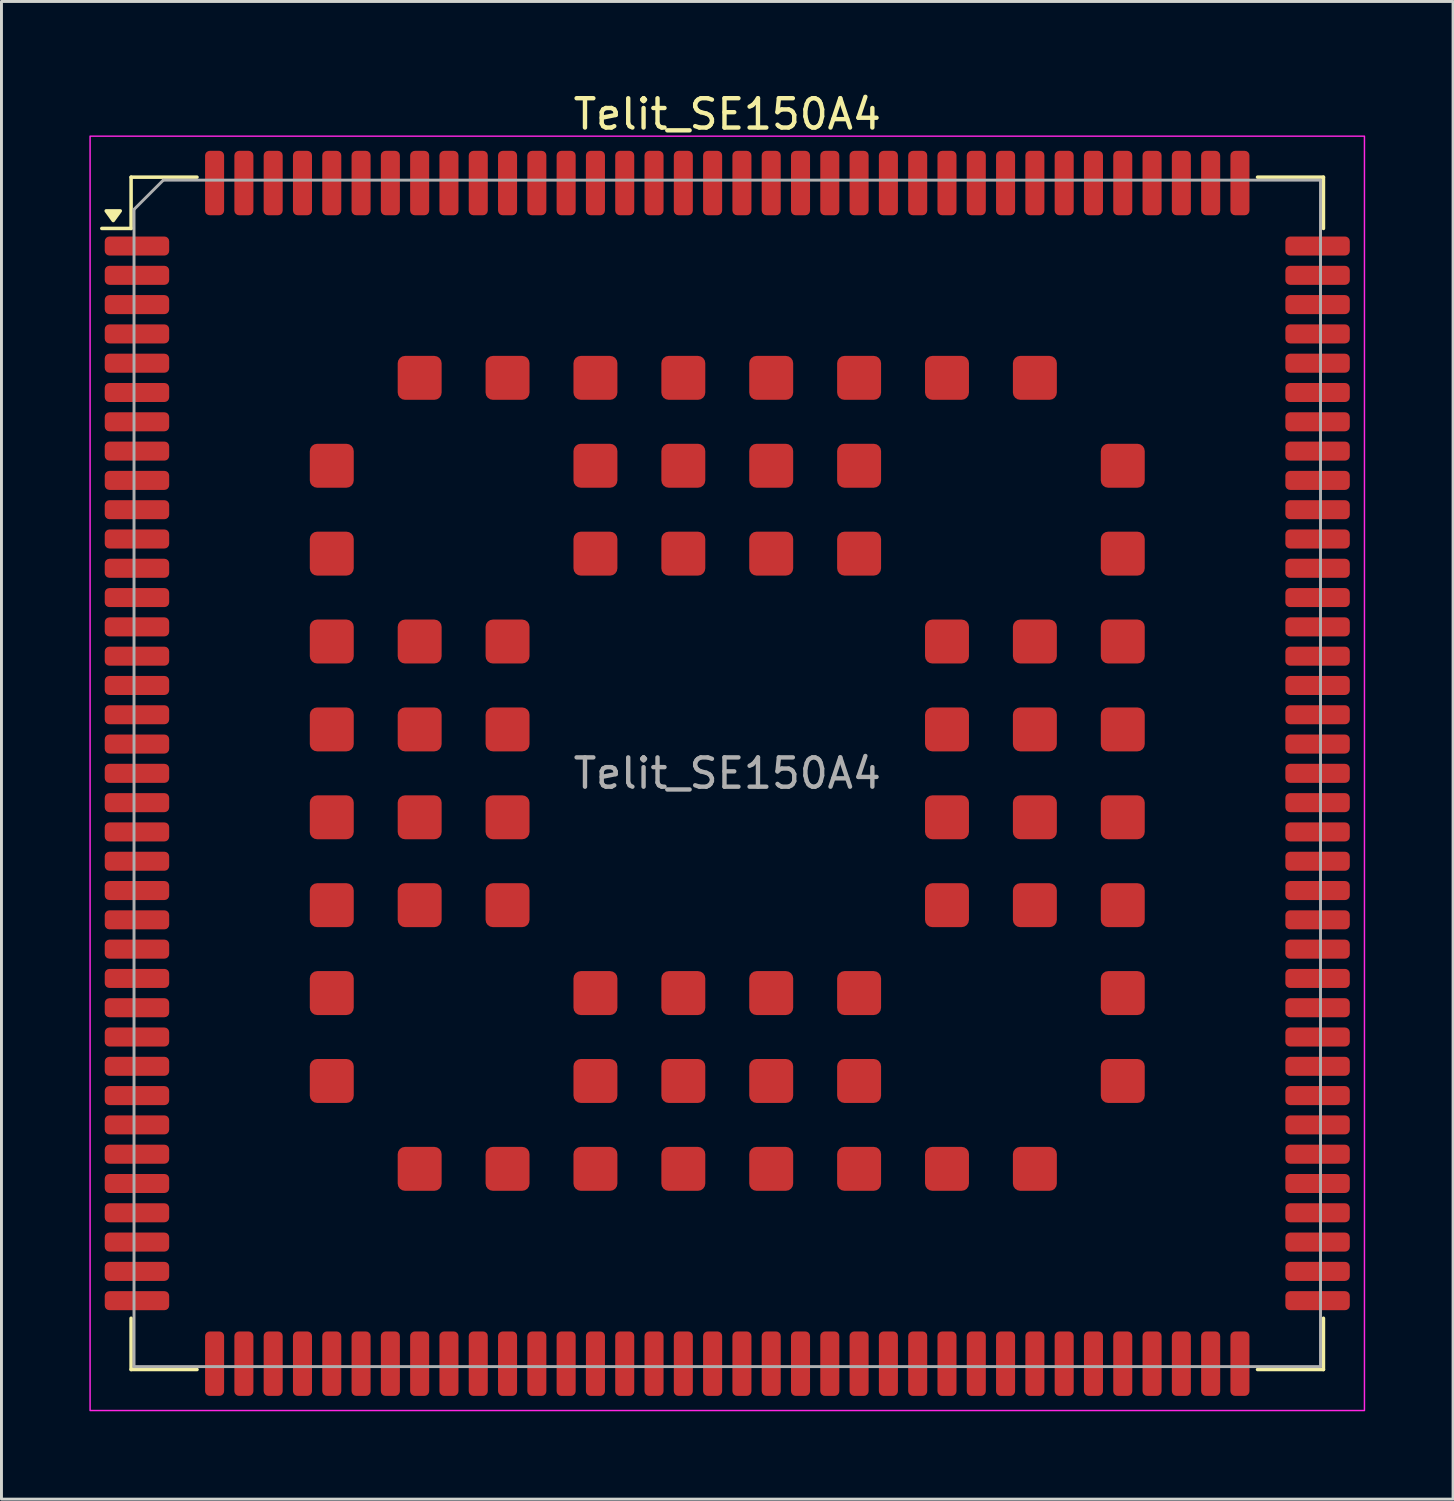
<source format=kicad_pcb>
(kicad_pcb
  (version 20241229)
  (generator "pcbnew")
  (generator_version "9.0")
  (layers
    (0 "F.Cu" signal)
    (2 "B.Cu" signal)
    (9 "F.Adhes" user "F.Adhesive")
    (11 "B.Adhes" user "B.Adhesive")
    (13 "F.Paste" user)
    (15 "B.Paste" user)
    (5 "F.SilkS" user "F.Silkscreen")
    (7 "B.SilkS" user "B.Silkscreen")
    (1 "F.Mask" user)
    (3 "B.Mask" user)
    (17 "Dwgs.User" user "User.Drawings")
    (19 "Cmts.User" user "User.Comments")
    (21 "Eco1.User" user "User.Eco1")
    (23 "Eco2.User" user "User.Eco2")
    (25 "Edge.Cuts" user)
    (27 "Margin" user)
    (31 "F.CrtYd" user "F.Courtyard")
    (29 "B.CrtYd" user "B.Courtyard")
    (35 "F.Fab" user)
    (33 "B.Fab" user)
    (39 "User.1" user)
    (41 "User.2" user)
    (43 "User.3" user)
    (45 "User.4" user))
  (footprint "Telit_SE150A4"
    (layer "F.Cu")
    (at 21.775 23.348)
    (property "Reference" "Telit_SE150A4" (at 0 -22.5 0) (unlocked yes) (layer "F.SilkS") (effects (font (size 1 1) (thickness 0.15))))
    (attr smd)
    (fp_line (start -20.35 -20.35) (end -20.35 -18.6) (stroke (width 0.12) (type default)) (layer "F.SilkS"))
    (fp_line (start -20.35 -18.6) (end -21.35 -18.6) (stroke (width 0.12) (type default)) (layer "F.SilkS"))
    (fp_line (start -20.35 20.35) (end -20.35 18.6) (stroke (width 0.12) (type default)) (layer "F.SilkS"))
    (fp_line (start -20.35 20.35) (end -18.1 20.35) (stroke (width 0.12) (type default)) (layer "F.SilkS"))
    (fp_line (start -18.1 -20.35) (end -20.35 -20.35) (stroke (width 0.12) (type default)) (layer "F.SilkS"))
    (fp_line (start 20.35 -20.35) (end 18.1 -20.35) (stroke (width 0.12) (type default)) (layer "F.SilkS"))
    (fp_line (start 20.35 -20.35) (end 20.35 -18.6) (stroke (width 0.12) (type default)) (layer "F.SilkS"))
    (fp_line (start 20.35 20.35) (end 18.1 20.35) (stroke (width 0.12) (type default)) (layer "F.SilkS"))
    (fp_line (start 20.35 20.35) (end 20.35 18.6) (stroke (width 0.12) (type default)) (layer "F.SilkS"))
    (fp_poly (pts (xy -20.96 -18.87) (xy -21.2 -19.2) (xy -20.72 -19.2) (xy -20.96 -18.87)) (stroke (width 0.12) (type solid)) (fill yes) (layer "F.SilkS"))
    (fp_rect (start -21.75 -21.75) (end 21.75 21.75) (stroke (width 0.05) (type default)) (fill no) (layer "F.CrtYd"))
    (fp_line (start -20.25 20.25) (end -20.25 -19.25) (stroke (width 0.1) (type default)) (layer "F.Fab"))
    (fp_line (start -19.25 -20.25) (end -20.25 -19.25) (stroke (width 0.1) (type default)) (layer "F.Fab"))
    (fp_line (start -19.25 -20.25) (end 20.25 -20.25) (stroke (width 0.1) (type default)) (layer "F.Fab"))
    (fp_line (start 20.25 -20.25) (end 20.25 20.25) (stroke (width 0.1) (type default)) (layer "F.Fab"))
    (fp_line (start 20.25 20.25) (end -20.25 20.25) (stroke (width 0.1) (type default)) (layer "F.Fab"))
    (fp_text user "${REFERENCE}" (at 0 0 0) (unlocked yes) (layer "F.Fab") (effects (font (size 1 1) (thickness 0.15))))
    (pad "" smd roundrect (at -13.85 -10.85 90) (size 0.6 0.6) (layers "F.Paste") (roundrect_rratio 0.25))
    (pad "" smd roundrect (at -13.85 -10.15 90) (size 0.6 0.6) (layers "F.Paste") (roundrect_rratio 0.25))
    (pad "" smd roundrect (at -13.85 -7.85 90) (size 0.6 0.6) (layers "F.Paste") (roundrect_rratio 0.25))
    (pad "" smd roundrect (at -13.85 -7.15 90) (size 0.6 0.6) (layers "F.Paste") (roundrect_rratio 0.25))
    (pad "" smd roundrect (at -13.85 -4.85 90) (size 0.6 0.6) (layers "F.Paste") (roundrect_rratio 0.25))
    (pad "" smd roundrect (at -13.85 -4.15 90) (size 0.6 0.6) (layers "F.Paste") (roundrect_rratio 0.25))
    (pad "" smd roundrect (at -13.85 -1.85 90) (size 0.6 0.6) (layers "F.Paste") (roundrect_rratio 0.25))
    (pad "" smd roundrect (at -13.85 -1.15 90) (size 0.6 0.6) (layers "F.Paste") (roundrect_rratio 0.25))
    (pad "" smd roundrect (at -13.85 1.15 90) (size 0.6 0.6) (layers "F.Paste") (roundrect_rratio 0.25))
    (pad "" smd roundrect (at -13.85 1.85 90) (size 0.6 0.6) (layers "F.Paste") (roundrect_rratio 0.25))
    (pad "" smd roundrect (at -13.85 4.15 90) (size 0.6 0.6) (layers "F.Paste") (roundrect_rratio 0.25))
    (pad "" smd roundrect (at -13.85 4.85 90) (size 0.6 0.6) (layers "F.Paste") (roundrect_rratio 0.25))
    (pad "" smd roundrect (at -13.85 7.15 90) (size 0.6 0.6) (layers "F.Paste") (roundrect_rratio 0.25))
    (pad "" smd roundrect (at -13.85 7.85 90) (size 0.6 0.6) (layers "F.Paste") (roundrect_rratio 0.25))
    (pad "" smd roundrect (at -13.85 10.15 90) (size 0.6 0.6) (layers "F.Paste") (roundrect_rratio 0.25))
    (pad "" smd roundrect (at -13.85 10.85 90) (size 0.6 0.6) (layers "F.Paste") (roundrect_rratio 0.25))
    (pad "" smd roundrect (at -13.15 -10.85 90) (size 0.6 0.6) (layers "F.Paste") (roundrect_rratio 0.25))
    (pad "" smd roundrect (at -13.15 -10.15 90) (size 0.6 0.6) (layers "F.Paste") (roundrect_rratio 0.25))
    (pad "" smd roundrect (at -13.15 -7.85 90) (size 0.6 0.6) (layers "F.Paste") (roundrect_rratio 0.25))
    (pad "" smd roundrect (at -13.15 -7.15 90) (size 0.6 0.6) (layers "F.Paste") (roundrect_rratio 0.25))
    (pad "" smd roundrect (at -13.15 -4.85 90) (size 0.6 0.6) (layers "F.Paste") (roundrect_rratio 0.25))
    (pad "" smd roundrect (at -13.15 -4.15 90) (size 0.6 0.6) (layers "F.Paste") (roundrect_rratio 0.25))
    (pad "" smd roundrect (at -13.15 -1.85 90) (size 0.6 0.6) (layers "F.Paste") (roundrect_rratio 0.25))
    (pad "" smd roundrect (at -13.15 -1.15 90) (size 0.6 0.6) (layers "F.Paste") (roundrect_rratio 0.25))
    (pad "" smd roundrect (at -13.15 1.15 90) (size 0.6 0.6) (layers "F.Paste") (roundrect_rratio 0.25))
    (pad "" smd roundrect (at -13.15 1.85 90) (size 0.6 0.6) (layers "F.Paste") (roundrect_rratio 0.25))
    (pad "" smd roundrect (at -13.15 4.15 90) (size 0.6 0.6) (layers "F.Paste") (roundrect_rratio 0.25))
    (pad "" smd roundrect (at -13.15 4.85 90) (size 0.6 0.6) (layers "F.Paste") (roundrect_rratio 0.25))
    (pad "" smd roundrect (at -13.15 7.15 90) (size 0.6 0.6) (layers "F.Paste") (roundrect_rratio 0.25))
    (pad "" smd roundrect (at -13.15 7.85 90) (size 0.6 0.6) (layers "F.Paste") (roundrect_rratio 0.25))
    (pad "" smd roundrect (at -13.15 10.15 90) (size 0.6 0.6) (layers "F.Paste") (roundrect_rratio 0.25))
    (pad "" smd roundrect (at -13.15 10.85 90) (size 0.6 0.6) (layers "F.Paste") (roundrect_rratio 0.25))
    (pad "" smd roundrect (at -10.85 -13.85 90) (size 0.6 0.6) (layers "F.Paste") (roundrect_rratio 0.25))
    (pad "" smd roundrect (at -10.85 -13.15 90) (size 0.6 0.6) (layers "F.Paste") (roundrect_rratio 0.25))
    (pad "" smd roundrect (at -10.85 -4.85 90) (size 0.6 0.6) (layers "F.Paste") (roundrect_rratio 0.25))
    (pad "" smd roundrect (at -10.85 -4.15 90) (size 0.6 0.6) (layers "F.Paste") (roundrect_rratio 0.25))
    (pad "" smd roundrect (at -10.85 -1.85 90) (size 0.6 0.6) (layers "F.Paste") (roundrect_rratio 0.25))
    (pad "" smd roundrect (at -10.85 -1.15 90) (size 0.6 0.6) (layers "F.Paste") (roundrect_rratio 0.25))
    (pad "" smd roundrect (at -10.85 1.15 90) (size 0.6 0.6) (layers "F.Paste") (roundrect_rratio 0.25))
    (pad "" smd roundrect (at -10.85 1.85 90) (size 0.6 0.6) (layers "F.Paste") (roundrect_rratio 0.25))
    (pad "" smd roundrect (at -10.85 4.15 90) (size 0.6 0.6) (layers "F.Paste") (roundrect_rratio 0.25))
    (pad "" smd roundrect (at -10.85 4.85 90) (size 0.6 0.6) (layers "F.Paste") (roundrect_rratio 0.25))
    (pad "" smd roundrect (at -10.85 13.15 90) (size 0.6 0.6) (layers "F.Paste") (roundrect_rratio 0.25))
    (pad "" smd roundrect (at -10.85 13.85 90) (size 0.6 0.6) (layers "F.Paste") (roundrect_rratio 0.25))
    (pad "" smd roundrect (at -10.15 -13.85 90) (size 0.6 0.6) (layers "F.Paste") (roundrect_rratio 0.25))
    (pad "" smd roundrect (at -10.15 -13.15 90) (size 0.6 0.6) (layers "F.Paste") (roundrect_rratio 0.25))
    (pad "" smd roundrect (at -10.15 -4.85 90) (size 0.6 0.6) (layers "F.Paste") (roundrect_rratio 0.25))
    (pad "" smd roundrect (at -10.15 -4.15 90) (size 0.6 0.6) (layers "F.Paste") (roundrect_rratio 0.25))
    (pad "" smd roundrect (at -10.15 -1.85 90) (size 0.6 0.6) (layers "F.Paste") (roundrect_rratio 0.25))
    (pad "" smd roundrect (at -10.15 -1.15 90) (size 0.6 0.6) (layers "F.Paste") (roundrect_rratio 0.25))
    (pad "" smd roundrect (at -10.15 1.15 90) (size 0.6 0.6) (layers "F.Paste") (roundrect_rratio 0.25))
    (pad "" smd roundrect (at -10.15 1.85 90) (size 0.6 0.6) (layers "F.Paste") (roundrect_rratio 0.25))
    (pad "" smd roundrect (at -10.15 4.15 90) (size 0.6 0.6) (layers "F.Paste") (roundrect_rratio 0.25))
    (pad "" smd roundrect (at -10.15 4.85 90) (size 0.6 0.6) (layers "F.Paste") (roundrect_rratio 0.25))
    (pad "" smd roundrect (at -10.15 13.15 90) (size 0.6 0.6) (layers "F.Paste") (roundrect_rratio 0.25))
    (pad "" smd roundrect (at -10.15 13.85 90) (size 0.6 0.6) (layers "F.Paste") (roundrect_rratio 0.25))
    (pad "" smd roundrect (at -7.85 -13.85 90) (size 0.6 0.6) (layers "F.Paste") (roundrect_rratio 0.25))
    (pad "" smd roundrect (at -7.85 -13.15 90) (size 0.6 0.6) (layers "F.Paste") (roundrect_rratio 0.25))
    (pad "" smd roundrect (at -7.85 -4.85 90) (size 0.6 0.6) (layers "F.Paste") (roundrect_rratio 0.25))
    (pad "" smd roundrect (at -7.85 -4.15 90) (size 0.6 0.6) (layers "F.Paste") (roundrect_rratio 0.25))
    (pad "" smd roundrect (at -7.85 -1.85 90) (size 0.6 0.6) (layers "F.Paste") (roundrect_rratio 0.25))
    (pad "" smd roundrect (at -7.85 -1.15 90) (size 0.6 0.6) (layers "F.Paste") (roundrect_rratio 0.25))
    (pad "" smd roundrect (at -7.85 1.15 90) (size 0.6 0.6) (layers "F.Paste") (roundrect_rratio 0.25))
    (pad "" smd roundrect (at -7.85 1.85 90) (size 0.6 0.6) (layers "F.Paste") (roundrect_rratio 0.25))
    (pad "" smd roundrect (at -7.85 4.15 90) (size 0.6 0.6) (layers "F.Paste") (roundrect_rratio 0.25))
    (pad "" smd roundrect (at -7.85 4.85 90) (size 0.6 0.6) (layers "F.Paste") (roundrect_rratio 0.25))
    (pad "" smd roundrect (at -7.85 13.15 90) (size 0.6 0.6) (layers "F.Paste") (roundrect_rratio 0.25))
    (pad "" smd roundrect (at -7.85 13.85 90) (size 0.6 0.6) (layers "F.Paste") (roundrect_rratio 0.25))
    (pad "" smd roundrect (at -7.15 -13.85 90) (size 0.6 0.6) (layers "F.Paste") (roundrect_rratio 0.25))
    (pad "" smd roundrect (at -7.15 -13.15 90) (size 0.6 0.6) (layers "F.Paste") (roundrect_rratio 0.25))
    (pad "" smd roundrect (at -7.15 -4.85 90) (size 0.6 0.6) (layers "F.Paste") (roundrect_rratio 0.25))
    (pad "" smd roundrect (at -7.15 -4.15 90) (size 0.6 0.6) (layers "F.Paste") (roundrect_rratio 0.25))
    (pad "" smd roundrect (at -7.15 -1.85 90) (size 0.6 0.6) (layers "F.Paste") (roundrect_rratio 0.25))
    (pad "" smd roundrect (at -7.15 -1.15 90) (size 0.6 0.6) (layers "F.Paste") (roundrect_rratio 0.25))
    (pad "" smd roundrect (at -7.15 1.15 90) (size 0.6 0.6) (layers "F.Paste") (roundrect_rratio 0.25))
    (pad "" smd roundrect (at -7.15 1.85 90) (size 0.6 0.6) (layers "F.Paste") (roundrect_rratio 0.25))
    (pad "" smd roundrect (at -7.15 4.15 90) (size 0.6 0.6) (layers "F.Paste") (roundrect_rratio 0.25))
    (pad "" smd roundrect (at -7.15 4.85 90) (size 0.6 0.6) (layers "F.Paste") (roundrect_rratio 0.25))
    (pad "" smd roundrect (at -7.15 13.15 90) (size 0.6 0.6) (layers "F.Paste") (roundrect_rratio 0.25))
    (pad "" smd roundrect (at -7.15 13.85 90) (size 0.6 0.6) (layers "F.Paste") (roundrect_rratio 0.25))
    (pad "" smd roundrect (at -4.85 -13.85 90) (size 0.6 0.6) (layers "F.Paste") (roundrect_rratio 0.25))
    (pad "" smd roundrect (at -4.85 -13.15 90) (size 0.6 0.6) (layers "F.Paste") (roundrect_rratio 0.25))
    (pad "" smd roundrect (at -4.85 -10.85 90) (size 0.6 0.6) (layers "F.Paste") (roundrect_rratio 0.25))
    (pad "" smd roundrect (at -4.85 -10.15 90) (size 0.6 0.6) (layers "F.Paste") (roundrect_rratio 0.25))
    (pad "" smd roundrect (at -4.85 -7.85 90) (size 0.6 0.6) (layers "F.Paste") (roundrect_rratio 0.25))
    (pad "" smd roundrect (at -4.85 -7.15 90) (size 0.6 0.6) (layers "F.Paste") (roundrect_rratio 0.25))
    (pad "" smd roundrect (at -4.85 7.15 90) (size 0.6 0.6) (layers "F.Paste") (roundrect_rratio 0.25))
    (pad "" smd roundrect (at -4.85 7.85 90) (size 0.6 0.6) (layers "F.Paste") (roundrect_rratio 0.25))
    (pad "" smd roundrect (at -4.85 10.15 90) (size 0.6 0.6) (layers "F.Paste") (roundrect_rratio 0.25))
    (pad "" smd roundrect (at -4.85 10.85 90) (size 0.6 0.6) (layers "F.Paste") (roundrect_rratio 0.25))
    (pad "" smd roundrect (at -4.85 13.15 90) (size 0.6 0.6) (layers "F.Paste") (roundrect_rratio 0.25))
    (pad "" smd roundrect (at -4.85 13.85 90) (size 0.6 0.6) (layers "F.Paste") (roundrect_rratio 0.25))
    (pad "" smd roundrect (at -4.15 -13.85 90) (size 0.6 0.6) (layers "F.Paste") (roundrect_rratio 0.25))
    (pad "" smd roundrect (at -4.15 -13.15 90) (size 0.6 0.6) (layers "F.Paste") (roundrect_rratio 0.25))
    (pad "" smd roundrect (at -4.15 -10.85 90) (size 0.6 0.6) (layers "F.Paste") (roundrect_rratio 0.25))
    (pad "" smd roundrect (at -4.15 -10.15 90) (size 0.6 0.6) (layers "F.Paste") (roundrect_rratio 0.25))
    (pad "" smd roundrect (at -4.15 -7.85 90) (size 0.6 0.6) (layers "F.Paste") (roundrect_rratio 0.25))
    (pad "" smd roundrect (at -4.15 -7.15 90) (size 0.6 0.6) (layers "F.Paste") (roundrect_rratio 0.25))
    (pad "" smd roundrect (at -4.15 7.15 90) (size 0.6 0.6) (layers "F.Paste") (roundrect_rratio 0.25))
    (pad "" smd roundrect (at -4.15 7.85 90) (size 0.6 0.6) (layers "F.Paste") (roundrect_rratio 0.25))
    (pad "" smd roundrect (at -4.15 10.15 90) (size 0.6 0.6) (layers "F.Paste") (roundrect_rratio 0.25))
    (pad "" smd roundrect (at -4.15 10.85 90) (size 0.6 0.6) (layers "F.Paste") (roundrect_rratio 0.25))
    (pad "" smd roundrect (at -4.15 13.15 90) (size 0.6 0.6) (layers "F.Paste") (roundrect_rratio 0.25))
    (pad "" smd roundrect (at -4.15 13.85 90) (size 0.6 0.6) (layers "F.Paste") (roundrect_rratio 0.25))
    (pad "" smd roundrect (at -1.85 -13.85 90) (size 0.6 0.6) (layers "F.Paste") (roundrect_rratio 0.25))
    (pad "" smd roundrect (at -1.85 -13.15 90) (size 0.6 0.6) (layers "F.Paste") (roundrect_rratio 0.25))
    (pad "" smd roundrect (at -1.85 -10.85 90) (size 0.6 0.6) (layers "F.Paste") (roundrect_rratio 0.25))
    (pad "" smd roundrect (at -1.85 -10.15 90) (size 0.6 0.6) (layers "F.Paste") (roundrect_rratio 0.25))
    (pad "" smd roundrect (at -1.85 -7.85 90) (size 0.6 0.6) (layers "F.Paste") (roundrect_rratio 0.25))
    (pad "" smd roundrect (at -1.85 -7.15 90) (size 0.6 0.6) (layers "F.Paste") (roundrect_rratio 0.25))
    (pad "" smd roundrect (at -1.85 7.15 90) (size 0.6 0.6) (layers "F.Paste") (roundrect_rratio 0.25))
    (pad "" smd roundrect (at -1.85 7.85 90) (size 0.6 0.6) (layers "F.Paste") (roundrect_rratio 0.25))
    (pad "" smd roundrect (at -1.85 10.15 90) (size 0.6 0.6) (layers "F.Paste") (roundrect_rratio 0.25))
    (pad "" smd roundrect (at -1.85 10.85 90) (size 0.6 0.6) (layers "F.Paste") (roundrect_rratio 0.25))
    (pad "" smd roundrect (at -1.85 13.15 90) (size 0.6 0.6) (layers "F.Paste") (roundrect_rratio 0.25))
    (pad "" smd roundrect (at -1.85 13.85 90) (size 0.6 0.6) (layers "F.Paste") (roundrect_rratio 0.25))
    (pad "" smd roundrect (at -1.15 -13.85 90) (size 0.6 0.6) (layers "F.Paste") (roundrect_rratio 0.25))
    (pad "" smd roundrect (at -1.15 -13.15 90) (size 0.6 0.6) (layers "F.Paste") (roundrect_rratio 0.25))
    (pad "" smd roundrect (at -1.15 -10.85 90) (size 0.6 0.6) (layers "F.Paste") (roundrect_rratio 0.25))
    (pad "" smd roundrect (at -1.15 -10.15 90) (size 0.6 0.6) (layers "F.Paste") (roundrect_rratio 0.25))
    (pad "" smd roundrect (at -1.15 -7.85 90) (size 0.6 0.6) (layers "F.Paste") (roundrect_rratio 0.25))
    (pad "" smd roundrect (at -1.15 -7.15 90) (size 0.6 0.6) (layers "F.Paste") (roundrect_rratio 0.25))
    (pad "" smd roundrect (at -1.15 7.15 90) (size 0.6 0.6) (layers "F.Paste") (roundrect_rratio 0.25))
    (pad "" smd roundrect (at -1.15 7.85 90) (size 0.6 0.6) (layers "F.Paste") (roundrect_rratio 0.25))
    (pad "" smd roundrect (at -1.15 10.15 90) (size 0.6 0.6) (layers "F.Paste") (roundrect_rratio 0.25))
    (pad "" smd roundrect (at -1.15 10.85 90) (size 0.6 0.6) (layers "F.Paste") (roundrect_rratio 0.25))
    (pad "" smd roundrect (at -1.15 13.15 90) (size 0.6 0.6) (layers "F.Paste") (roundrect_rratio 0.25))
    (pad "" smd roundrect (at -1.15 13.85 90) (size 0.6 0.6) (layers "F.Paste") (roundrect_rratio 0.25))
    (pad "" smd roundrect (at 1.15 -13.85 90) (size 0.6 0.6) (layers "F.Paste") (roundrect_rratio 0.25))
    (pad "" smd roundrect (at 1.15 -13.15 90) (size 0.6 0.6) (layers "F.Paste") (roundrect_rratio 0.25))
    (pad "" smd roundrect (at 1.15 -10.85 90) (size 0.6 0.6) (layers "F.Paste") (roundrect_rratio 0.25))
    (pad "" smd roundrect (at 1.15 -10.15 90) (size 0.6 0.6) (layers "F.Paste") (roundrect_rratio 0.25))
    (pad "" smd roundrect (at 1.15 -7.85 90) (size 0.6 0.6) (layers "F.Paste") (roundrect_rratio 0.25))
    (pad "" smd roundrect (at 1.15 -7.15 90) (size 0.6 0.6) (layers "F.Paste") (roundrect_rratio 0.25))
    (pad "" smd roundrect (at 1.15 7.15 90) (size 0.6 0.6) (layers "F.Paste") (roundrect_rratio 0.25))
    (pad "" smd roundrect (at 1.15 7.85 90) (size 0.6 0.6) (layers "F.Paste") (roundrect_rratio 0.25))
    (pad "" smd roundrect (at 1.15 10.15 90) (size 0.6 0.6) (layers "F.Paste") (roundrect_rratio 0.25))
    (pad "" smd roundrect (at 1.15 10.85 90) (size 0.6 0.6) (layers "F.Paste") (roundrect_rratio 0.25))
    (pad "" smd roundrect (at 1.15 13.15 90) (size 0.6 0.6) (layers "F.Paste") (roundrect_rratio 0.25))
    (pad "" smd roundrect (at 1.15 13.85 90) (size 0.6 0.6) (layers "F.Paste") (roundrect_rratio 0.25))
    (pad "" smd roundrect (at 1.85 -13.85 90) (size 0.6 0.6) (layers "F.Paste") (roundrect_rratio 0.25))
    (pad "" smd roundrect (at 1.85 -13.15 90) (size 0.6 0.6) (layers "F.Paste") (roundrect_rratio 0.25))
    (pad "" smd roundrect (at 1.85 -10.85 90) (size 0.6 0.6) (layers "F.Paste") (roundrect_rratio 0.25))
    (pad "" smd roundrect (at 1.85 -10.15 90) (size 0.6 0.6) (layers "F.Paste") (roundrect_rratio 0.25))
    (pad "" smd roundrect (at 1.85 -7.85 90) (size 0.6 0.6) (layers "F.Paste") (roundrect_rratio 0.25))
    (pad "" smd roundrect (at 1.85 -7.15 90) (size 0.6 0.6) (layers "F.Paste") (roundrect_rratio 0.25))
    (pad "" smd roundrect (at 1.85 7.15 90) (size 0.6 0.6) (layers "F.Paste") (roundrect_rratio 0.25))
    (pad "" smd roundrect (at 1.85 7.85 90) (size 0.6 0.6) (layers "F.Paste") (roundrect_rratio 0.25))
    (pad "" smd roundrect (at 1.85 10.15 90) (size 0.6 0.6) (layers "F.Paste") (roundrect_rratio 0.25))
    (pad "" smd roundrect (at 1.85 10.85 90) (size 0.6 0.6) (layers "F.Paste") (roundrect_rratio 0.25))
    (pad "" smd roundrect (at 1.85 13.15 90) (size 0.6 0.6) (layers "F.Paste") (roundrect_rratio 0.25))
    (pad "" smd roundrect (at 1.85 13.85 90) (size 0.6 0.6) (layers "F.Paste") (roundrect_rratio 0.25))
    (pad "" smd roundrect (at 4.15 -13.85 90) (size 0.6 0.6) (layers "F.Paste") (roundrect_rratio 0.25))
    (pad "" smd roundrect (at 4.15 -13.15 90) (size 0.6 0.6) (layers "F.Paste") (roundrect_rratio 0.25))
    (pad "" smd roundrect (at 4.15 -10.85 90) (size 0.6 0.6) (layers "F.Paste") (roundrect_rratio 0.25))
    (pad "" smd roundrect (at 4.15 -10.15 90) (size 0.6 0.6) (layers "F.Paste") (roundrect_rratio 0.25))
    (pad "" smd roundrect (at 4.15 -7.85 90) (size 0.6 0.6) (layers "F.Paste") (roundrect_rratio 0.25))
    (pad "" smd roundrect (at 4.15 -7.15 90) (size 0.6 0.6) (layers "F.Paste") (roundrect_rratio 0.25))
    (pad "" smd roundrect (at 4.15 7.15 90) (size 0.6 0.6) (layers "F.Paste") (roundrect_rratio 0.25))
    (pad "" smd roundrect (at 4.15 7.85 90) (size 0.6 0.6) (layers "F.Paste") (roundrect_rratio 0.25))
    (pad "" smd roundrect (at 4.15 10.15 90) (size 0.6 0.6) (layers "F.Paste") (roundrect_rratio 0.25))
    (pad "" smd roundrect (at 4.15 10.85 90) (size 0.6 0.6) (layers "F.Paste") (roundrect_rratio 0.25))
    (pad "" smd roundrect (at 4.15 13.15 90) (size 0.6 0.6) (layers "F.Paste") (roundrect_rratio 0.25))
    (pad "" smd roundrect (at 4.15 13.85 90) (size 0.6 0.6) (layers "F.Paste") (roundrect_rratio 0.25))
    (pad "" smd roundrect (at 4.85 -13.85 90) (size 0.6 0.6) (layers "F.Paste") (roundrect_rratio 0.25))
    (pad "" smd roundrect (at 4.85 -13.15 90) (size 0.6 0.6) (layers "F.Paste") (roundrect_rratio 0.25))
    (pad "" smd roundrect (at 4.85 -10.85 90) (size 0.6 0.6) (layers "F.Paste") (roundrect_rratio 0.25))
    (pad "" smd roundrect (at 4.85 -10.15 90) (size 0.6 0.6) (layers "F.Paste") (roundrect_rratio 0.25))
    (pad "" smd roundrect (at 4.85 -7.85 90) (size 0.6 0.6) (layers "F.Paste") (roundrect_rratio 0.25))
    (pad "" smd roundrect (at 4.85 -7.15 90) (size 0.6 0.6) (layers "F.Paste") (roundrect_rratio 0.25))
    (pad "" smd roundrect (at 4.85 7.15 90) (size 0.6 0.6) (layers "F.Paste") (roundrect_rratio 0.25))
    (pad "" smd roundrect (at 4.85 7.85 90) (size 0.6 0.6) (layers "F.Paste") (roundrect_rratio 0.25))
    (pad "" smd roundrect (at 4.85 10.15 90) (size 0.6 0.6) (layers "F.Paste") (roundrect_rratio 0.25))
    (pad "" smd roundrect (at 4.85 10.85 90) (size 0.6 0.6) (layers "F.Paste") (roundrect_rratio 0.25))
    (pad "" smd roundrect (at 4.85 13.15 90) (size 0.6 0.6) (layers "F.Paste") (roundrect_rratio 0.25))
    (pad "" smd roundrect (at 4.85 13.85 90) (size 0.6 0.6) (layers "F.Paste") (roundrect_rratio 0.25))
    (pad "" smd roundrect (at 7.15 -13.85 90) (size 0.6 0.6) (layers "F.Paste") (roundrect_rratio 0.25))
    (pad "" smd roundrect (at 7.15 -13.15 90) (size 0.6 0.6) (layers "F.Paste") (roundrect_rratio 0.25))
    (pad "" smd roundrect (at 7.15 -4.85 90) (size 0.6 0.6) (layers "F.Paste") (roundrect_rratio 0.25))
    (pad "" smd roundrect (at 7.15 -4.15 90) (size 0.6 0.6) (layers "F.Paste") (roundrect_rratio 0.25))
    (pad "" smd roundrect (at 7.15 -1.85 90) (size 0.6 0.6) (layers "F.Paste") (roundrect_rratio 0.25))
    (pad "" smd roundrect (at 7.15 -1.15 90) (size 0.6 0.6) (layers "F.Paste") (roundrect_rratio 0.25))
    (pad "" smd roundrect (at 7.15 1.15 90) (size 0.6 0.6) (layers "F.Paste") (roundrect_rratio 0.25))
    (pad "" smd roundrect (at 7.15 1.85 90) (size 0.6 0.6) (layers "F.Paste") (roundrect_rratio 0.25))
    (pad "" smd roundrect (at 7.15 4.15 90) (size 0.6 0.6) (layers "F.Paste") (roundrect_rratio 0.25))
    (pad "" smd roundrect (at 7.15 4.85 90) (size 0.6 0.6) (layers "F.Paste") (roundrect_rratio 0.25))
    (pad "" smd roundrect (at 7.15 13.15 90) (size 0.6 0.6) (layers "F.Paste") (roundrect_rratio 0.25))
    (pad "" smd roundrect (at 7.15 13.85 90) (size 0.6 0.6) (layers "F.Paste") (roundrect_rratio 0.25))
    (pad "" smd roundrect (at 7.85 -13.85 90) (size 0.6 0.6) (layers "F.Paste") (roundrect_rratio 0.25))
    (pad "" smd roundrect (at 7.85 -13.15 90) (size 0.6 0.6) (layers "F.Paste") (roundrect_rratio 0.25))
    (pad "" smd roundrect (at 7.85 -4.85 90) (size 0.6 0.6) (layers "F.Paste") (roundrect_rratio 0.25))
    (pad "" smd roundrect (at 7.85 -4.15 90) (size 0.6 0.6) (layers "F.Paste") (roundrect_rratio 0.25))
    (pad "" smd roundrect (at 7.85 -1.85 90) (size 0.6 0.6) (layers "F.Paste") (roundrect_rratio 0.25))
    (pad "" smd roundrect (at 7.85 -1.15 90) (size 0.6 0.6) (layers "F.Paste") (roundrect_rratio 0.25))
    (pad "" smd roundrect (at 7.85 1.15 90) (size 0.6 0.6) (layers "F.Paste") (roundrect_rratio 0.25))
    (pad "" smd roundrect (at 7.85 1.85 90) (size 0.6 0.6) (layers "F.Paste") (roundrect_rratio 0.25))
    (pad "" smd roundrect (at 7.85 4.15 90) (size 0.6 0.6) (layers "F.Paste") (roundrect_rratio 0.25))
    (pad "" smd roundrect (at 7.85 4.85 90) (size 0.6 0.6) (layers "F.Paste") (roundrect_rratio 0.25))
    (pad "" smd roundrect (at 7.85 13.15 90) (size 0.6 0.6) (layers "F.Paste") (roundrect_rratio 0.25))
    (pad "" smd roundrect (at 7.85 13.85 90) (size 0.6 0.6) (layers "F.Paste") (roundrect_rratio 0.25))
    (pad "" smd roundrect (at 10.15 -13.85 90) (size 0.6 0.6) (layers "F.Paste") (roundrect_rratio 0.25))
    (pad "" smd roundrect (at 10.15 -13.15 90) (size 0.6 0.6) (layers "F.Paste") (roundrect_rratio 0.25))
    (pad "" smd roundrect (at 10.15 -4.85 90) (size 0.6 0.6) (layers "F.Paste") (roundrect_rratio 0.25))
    (pad "" smd roundrect (at 10.15 -4.15 90) (size 0.6 0.6) (layers "F.Paste") (roundrect_rratio 0.25))
    (pad "" smd roundrect (at 10.15 -1.85 90) (size 0.6 0.6) (layers "F.Paste") (roundrect_rratio 0.25))
    (pad "" smd roundrect (at 10.15 -1.15 90) (size 0.6 0.6) (layers "F.Paste") (roundrect_rratio 0.25))
    (pad "" smd roundrect (at 10.15 1.15 90) (size 0.6 0.6) (layers "F.Paste") (roundrect_rratio 0.25))
    (pad "" smd roundrect (at 10.15 1.85 90) (size 0.6 0.6) (layers "F.Paste") (roundrect_rratio 0.25))
    (pad "" smd roundrect (at 10.15 4.15 90) (size 0.6 0.6) (layers "F.Paste") (roundrect_rratio 0.25))
    (pad "" smd roundrect (at 10.15 4.85 90) (size 0.6 0.6) (layers "F.Paste") (roundrect_rratio 0.25))
    (pad "" smd roundrect (at 10.15 13.15 90) (size 0.6 0.6) (layers "F.Paste") (roundrect_rratio 0.25))
    (pad "" smd roundrect (at 10.15 13.85 90) (size 0.6 0.6) (layers "F.Paste") (roundrect_rratio 0.25))
    (pad "" smd roundrect (at 10.85 -13.85 90) (size 0.6 0.6) (layers "F.Paste") (roundrect_rratio 0.25))
    (pad "" smd roundrect (at 10.85 -13.15 90) (size 0.6 0.6) (layers "F.Paste") (roundrect_rratio 0.25))
    (pad "" smd roundrect (at 10.85 -4.85 90) (size 0.6 0.6) (layers "F.Paste") (roundrect_rratio 0.25))
    (pad "" smd roundrect (at 10.85 -4.15 90) (size 0.6 0.6) (layers "F.Paste") (roundrect_rratio 0.25))
    (pad "" smd roundrect (at 10.85 -1.85 90) (size 0.6 0.6) (layers "F.Paste") (roundrect_rratio 0.25))
    (pad "" smd roundrect (at 10.85 -1.15 90) (size 0.6 0.6) (layers "F.Paste") (roundrect_rratio 0.25))
    (pad "" smd roundrect (at 10.85 1.15 90) (size 0.6 0.6) (layers "F.Paste") (roundrect_rratio 0.25))
    (pad "" smd roundrect (at 10.85 1.85 90) (size 0.6 0.6) (layers "F.Paste") (roundrect_rratio 0.25))
    (pad "" smd roundrect (at 10.85 4.15 90) (size 0.6 0.6) (layers "F.Paste") (roundrect_rratio 0.25))
    (pad "" smd roundrect (at 10.85 4.85 90) (size 0.6 0.6) (layers "F.Paste") (roundrect_rratio 0.25))
    (pad "" smd roundrect (at 10.85 13.15 90) (size 0.6 0.6) (layers "F.Paste") (roundrect_rratio 0.25))
    (pad "" smd roundrect (at 10.85 13.85 90) (size 0.6 0.6) (layers "F.Paste") (roundrect_rratio 0.25))
    (pad "" smd roundrect (at 13.15 -10.85 90) (size 0.6 0.6) (layers "F.Paste") (roundrect_rratio 0.25))
    (pad "" smd roundrect (at 13.15 -10.15 90) (size 0.6 0.6) (layers "F.Paste") (roundrect_rratio 0.25))
    (pad "" smd roundrect (at 13.15 -7.85 90) (size 0.6 0.6) (layers "F.Paste") (roundrect_rratio 0.25))
    (pad "" smd roundrect (at 13.15 -7.15 90) (size 0.6 0.6) (layers "F.Paste") (roundrect_rratio 0.25))
    (pad "" smd roundrect (at 13.15 -4.85 90) (size 0.6 0.6) (layers "F.Paste") (roundrect_rratio 0.25))
    (pad "" smd roundrect (at 13.15 -4.15 90) (size 0.6 0.6) (layers "F.Paste") (roundrect_rratio 0.25))
    (pad "" smd roundrect (at 13.15 -1.85 90) (size 0.6 0.6) (layers "F.Paste") (roundrect_rratio 0.25))
    (pad "" smd roundrect (at 13.15 -1.15 90) (size 0.6 0.6) (layers "F.Paste") (roundrect_rratio 0.25))
    (pad "" smd roundrect (at 13.15 1.15 90) (size 0.6 0.6) (layers "F.Paste") (roundrect_rratio 0.25))
    (pad "" smd roundrect (at 13.15 1.85 90) (size 0.6 0.6) (layers "F.Paste") (roundrect_rratio 0.25))
    (pad "" smd roundrect (at 13.15 4.15 90) (size 0.6 0.6) (layers "F.Paste") (roundrect_rratio 0.25))
    (pad "" smd roundrect (at 13.15 4.85 90) (size 0.6 0.6) (layers "F.Paste") (roundrect_rratio 0.25))
    (pad "" smd roundrect (at 13.15 7.15 90) (size 0.6 0.6) (layers "F.Paste") (roundrect_rratio 0.25))
    (pad "" smd roundrect (at 13.15 7.85 90) (size 0.6 0.6) (layers "F.Paste") (roundrect_rratio 0.25))
    (pad "" smd roundrect (at 13.15 10.15 90) (size 0.6 0.6) (layers "F.Paste") (roundrect_rratio 0.25))
    (pad "" smd roundrect (at 13.15 10.85 90) (size 0.6 0.6) (layers "F.Paste") (roundrect_rratio 0.25))
    (pad "" smd roundrect (at 13.85 -10.85 90) (size 0.6 0.6) (layers "F.Paste") (roundrect_rratio 0.25))
    (pad "" smd roundrect (at 13.85 -10.15 90) (size 0.6 0.6) (layers "F.Paste") (roundrect_rratio 0.25))
    (pad "" smd roundrect (at 13.85 -7.85 90) (size 0.6 0.6) (layers "F.Paste") (roundrect_rratio 0.25))
    (pad "" smd roundrect (at 13.85 -7.15 90) (size 0.6 0.6) (layers "F.Paste") (roundrect_rratio 0.25))
    (pad "" smd roundrect (at 13.85 -4.85 90) (size 0.6 0.6) (layers "F.Paste") (roundrect_rratio 0.25))
    (pad "" smd roundrect (at 13.85 -4.15 90) (size 0.6 0.6) (layers "F.Paste") (roundrect_rratio 0.25))
    (pad "" smd roundrect (at 13.85 -1.85 90) (size 0.6 0.6) (layers "F.Paste") (roundrect_rratio 0.25))
    (pad "" smd roundrect (at 13.85 -1.15 90) (size 0.6 0.6) (layers "F.Paste") (roundrect_rratio 0.25))
    (pad "" smd roundrect (at 13.85 1.15 90) (size 0.6 0.6) (layers "F.Paste") (roundrect_rratio 0.25))
    (pad "" smd roundrect (at 13.85 1.85 90) (size 0.6 0.6) (layers "F.Paste") (roundrect_rratio 0.25))
    (pad "" smd roundrect (at 13.85 4.15 90) (size 0.6 0.6) (layers "F.Paste") (roundrect_rratio 0.25))
    (pad "" smd roundrect (at 13.85 4.85 90) (size 0.6 0.6) (layers "F.Paste") (roundrect_rratio 0.25))
    (pad "" smd roundrect (at 13.85 7.15 90) (size 0.6 0.6) (layers "F.Paste") (roundrect_rratio 0.25))
    (pad "" smd roundrect (at 13.85 7.85 90) (size 0.6 0.6) (layers "F.Paste") (roundrect_rratio 0.25))
    (pad "" smd roundrect (at 13.85 10.15 90) (size 0.6 0.6) (layers "F.Paste") (roundrect_rratio 0.25))
    (pad "" smd roundrect (at 13.85 10.85 90) (size 0.6 0.6) (layers "F.Paste") (roundrect_rratio 0.25))
    (pad "1" smd roundrect (at -20.15 -18) (size 2.2 0.65) (layers "F.Cu" "F.Mask" "F.Paste") (roundrect_rratio 0.25))
    (pad "2" smd roundrect (at -20.15 -17) (size 2.2 0.65) (layers "F.Cu" "F.Mask" "F.Paste") (roundrect_rratio 0.25))
    (pad "3" smd roundrect (at -20.15 -16) (size 2.2 0.65) (layers "F.Cu" "F.Mask" "F.Paste") (roundrect_rratio 0.25))
    (pad "4" smd roundrect (at -20.15 -15) (size 2.2 0.65) (layers "F.Cu" "F.Mask" "F.Paste") (roundrect_rratio 0.25))
    (pad "5" smd roundrect (at -20.15 -14) (size 2.2 0.65) (layers "F.Cu" "F.Mask" "F.Paste") (roundrect_rratio 0.25))
    (pad "6" smd roundrect (at -20.15 -13) (size 2.2 0.65) (layers "F.Cu" "F.Mask" "F.Paste") (roundrect_rratio 0.25))
    (pad "7" smd roundrect (at -20.15 -12) (size 2.2 0.65) (layers "F.Cu" "F.Mask" "F.Paste") (roundrect_rratio 0.25))
    (pad "8" smd roundrect (at -20.15 -11) (size 2.2 0.65) (layers "F.Cu" "F.Mask" "F.Paste") (roundrect_rratio 0.25))
    (pad "9" smd roundrect (at -20.15 -10) (size 2.2 0.65) (layers "F.Cu" "F.Mask" "F.Paste") (roundrect_rratio 0.25))
    (pad "10" smd roundrect (at -20.15 -9) (size 2.2 0.65) (layers "F.Cu" "F.Mask" "F.Paste") (roundrect_rratio 0.25))
    (pad "11" smd roundrect (at -20.15 -8) (size 2.2 0.65) (layers "F.Cu" "F.Mask" "F.Paste") (roundrect_rratio 0.25))
    (pad "12" smd roundrect (at -20.15 -7) (size 2.2 0.65) (layers "F.Cu" "F.Mask" "F.Paste") (roundrect_rratio 0.25))
    (pad "13" smd roundrect (at -20.15 -6) (size 2.2 0.65) (layers "F.Cu" "F.Mask" "F.Paste") (roundrect_rratio 0.25))
    (pad "14" smd roundrect (at -20.15 -5) (size 2.2 0.65) (layers "F.Cu" "F.Mask" "F.Paste") (roundrect_rratio 0.25))
    (pad "15" smd roundrect (at -20.15 -4) (size 2.2 0.65) (layers "F.Cu" "F.Mask" "F.Paste") (roundrect_rratio 0.25))
    (pad "16" smd roundrect (at -20.15 -3) (size 2.2 0.65) (layers "F.Cu" "F.Mask" "F.Paste") (roundrect_rratio 0.25))
    (pad "17" smd roundrect (at -20.15 -2) (size 2.2 0.65) (layers "F.Cu" "F.Mask" "F.Paste") (roundrect_rratio 0.25))
    (pad "18" smd roundrect (at -20.15 -1) (size 2.2 0.65) (layers "F.Cu" "F.Mask" "F.Paste") (roundrect_rratio 0.25))
    (pad "19" smd roundrect (at -20.15 0) (size 2.2 0.65) (layers "F.Cu" "F.Mask" "F.Paste") (roundrect_rratio 0.25))
    (pad "20" smd roundrect (at -20.15 1) (size 2.2 0.65) (layers "F.Cu" "F.Mask" "F.Paste") (roundrect_rratio 0.25))
    (pad "21" smd roundrect (at -20.15 2) (size 2.2 0.65) (layers "F.Cu" "F.Mask" "F.Paste") (roundrect_rratio 0.25))
    (pad "22" smd roundrect (at -20.15 3) (size 2.2 0.65) (layers "F.Cu" "F.Mask" "F.Paste") (roundrect_rratio 0.25))
    (pad "23" smd roundrect (at -20.15 4) (size 2.2 0.65) (layers "F.Cu" "F.Mask" "F.Paste") (roundrect_rratio 0.25))
    (pad "24" smd roundrect (at -20.15 5) (size 2.2 0.65) (layers "F.Cu" "F.Mask" "F.Paste") (roundrect_rratio 0.25))
    (pad "25" smd roundrect (at -20.15 6) (size 2.2 0.65) (layers "F.Cu" "F.Mask" "F.Paste") (roundrect_rratio 0.25))
    (pad "26" smd roundrect (at -20.15 7) (size 2.2 0.65) (layers "F.Cu" "F.Mask" "F.Paste") (roundrect_rratio 0.25))
    (pad "27" smd roundrect (at -20.15 8) (size 2.2 0.65) (layers "F.Cu" "F.Mask" "F.Paste") (roundrect_rratio 0.25))
    (pad "28" smd roundrect (at -20.15 9) (size 2.2 0.65) (layers "F.Cu" "F.Mask" "F.Paste") (roundrect_rratio 0.25))
    (pad "29" smd roundrect (at -20.15 10) (size 2.2 0.65) (layers "F.Cu" "F.Mask" "F.Paste") (roundrect_rratio 0.25))
    (pad "30" smd roundrect (at -20.15 11) (size 2.2 0.65) (layers "F.Cu" "F.Mask" "F.Paste") (roundrect_rratio 0.25))
    (pad "31" smd roundrect (at -20.15 12) (size 2.2 0.65) (layers "F.Cu" "F.Mask" "F.Paste") (roundrect_rratio 0.25))
    (pad "32" smd roundrect (at -20.15 13) (size 2.2 0.65) (layers "F.Cu" "F.Mask" "F.Paste") (roundrect_rratio 0.25))
    (pad "33" smd roundrect (at -20.15 14) (size 2.2 0.65) (layers "F.Cu" "F.Mask" "F.Paste") (roundrect_rratio 0.25))
    (pad "34" smd roundrect (at -20.15 15) (size 2.2 0.65) (layers "F.Cu" "F.Mask" "F.Paste") (roundrect_rratio 0.25))
    (pad "35" smd roundrect (at -20.15 16) (size 2.2 0.65) (layers "F.Cu" "F.Mask" "F.Paste") (roundrect_rratio 0.25))
    (pad "36" smd roundrect (at -20.15 17) (size 2.2 0.65) (layers "F.Cu" "F.Mask" "F.Paste") (roundrect_rratio 0.25))
    (pad "37" smd roundrect (at -20.15 18) (size 2.2 0.65) (layers "F.Cu" "F.Mask" "F.Paste") (roundrect_rratio 0.25))
    (pad "38" smd roundrect (at -17.5 20.15 90) (size 2.2 0.65) (layers "F.Cu" "F.Mask" "F.Paste") (roundrect_rratio 0.25))
    (pad "39" smd roundrect (at -16.5 20.15 90) (size 2.2 0.65) (layers "F.Cu" "F.Mask" "F.Paste") (roundrect_rratio 0.25))
    (pad "40" smd roundrect (at -15.5 20.15 90) (size 2.2 0.65) (layers "F.Cu" "F.Mask" "F.Paste") (roundrect_rratio 0.25))
    (pad "41" smd roundrect (at -14.5 20.15 90) (size 2.2 0.65) (layers "F.Cu" "F.Mask" "F.Paste") (roundrect_rratio 0.25))
    (pad "42" smd roundrect (at -13.5 20.15 90) (size 2.2 0.65) (layers "F.Cu" "F.Mask" "F.Paste") (roundrect_rratio 0.25))
    (pad "43" smd roundrect (at -12.5 20.15 90) (size 2.2 0.65) (layers "F.Cu" "F.Mask" "F.Paste") (roundrect_rratio 0.25))
    (pad "44" smd roundrect (at -11.5 20.15 90) (size 2.2 0.65) (layers "F.Cu" "F.Mask" "F.Paste") (roundrect_rratio 0.25))
    (pad "45" smd roundrect (at -10.5 20.15 90) (size 2.2 0.65) (layers "F.Cu" "F.Mask" "F.Paste") (roundrect_rratio 0.25))
    (pad "46" smd roundrect (at -9.5 20.15 90) (size 2.2 0.65) (layers "F.Cu" "F.Mask" "F.Paste") (roundrect_rratio 0.25))
    (pad "47" smd roundrect (at -8.5 20.15 90) (size 2.2 0.65) (layers "F.Cu" "F.Mask" "F.Paste") (roundrect_rratio 0.25))
    (pad "48" smd roundrect (at -7.5 20.15 90) (size 2.2 0.65) (layers "F.Cu" "F.Mask" "F.Paste") (roundrect_rratio 0.25))
    (pad "49" smd roundrect (at -6.5 20.15 90) (size 2.2 0.65) (layers "F.Cu" "F.Mask" "F.Paste") (roundrect_rratio 0.25))
    (pad "50" smd roundrect (at -5.5 20.15 90) (size 2.2 0.65) (layers "F.Cu" "F.Mask" "F.Paste") (roundrect_rratio 0.25))
    (pad "51" smd roundrect (at -4.5 20.15 90) (size 2.2 0.65) (layers "F.Cu" "F.Mask" "F.Paste") (roundrect_rratio 0.25))
    (pad "52" smd roundrect (at -3.5 20.15 90) (size 2.2 0.65) (layers "F.Cu" "F.Mask" "F.Paste") (roundrect_rratio 0.25))
    (pad "53" smd roundrect (at -2.5 20.15 90) (size 2.2 0.65) (layers "F.Cu" "F.Mask" "F.Paste") (roundrect_rratio 0.25))
    (pad "54" smd roundrect (at -1.5 20.15 90) (size 2.2 0.65) (layers "F.Cu" "F.Mask" "F.Paste") (roundrect_rratio 0.25))
    (pad "55" smd roundrect (at -0.5 20.15 90) (size 2.2 0.65) (layers "F.Cu" "F.Mask" "F.Paste") (roundrect_rratio 0.25))
    (pad "56" smd roundrect (at 0.5 20.15 90) (size 2.2 0.65) (layers "F.Cu" "F.Mask" "F.Paste") (roundrect_rratio 0.25))
    (pad "57" smd roundrect (at 1.5 20.15 90) (size 2.2 0.65) (layers "F.Cu" "F.Mask" "F.Paste") (roundrect_rratio 0.25))
    (pad "58" smd roundrect (at 2.5 20.15 90) (size 2.2 0.65) (layers "F.Cu" "F.Mask" "F.Paste") (roundrect_rratio 0.25))
    (pad "59" smd roundrect (at 3.5 20.15 90) (size 2.2 0.65) (layers "F.Cu" "F.Mask" "F.Paste") (roundrect_rratio 0.25))
    (pad "60" smd roundrect (at 4.5 20.15 90) (size 2.2 0.65) (layers "F.Cu" "F.Mask" "F.Paste") (roundrect_rratio 0.25))
    (pad "61" smd roundrect (at 5.5 20.15 90) (size 2.2 0.65) (layers "F.Cu" "F.Mask" "F.Paste") (roundrect_rratio 0.25))
    (pad "62" smd roundrect (at 6.5 20.15 90) (size 2.2 0.65) (layers "F.Cu" "F.Mask" "F.Paste") (roundrect_rratio 0.25))
    (pad "63" smd roundrect (at 7.5 20.15 90) (size 2.2 0.65) (layers "F.Cu" "F.Mask" "F.Paste") (roundrect_rratio 0.25))
    (pad "64" smd roundrect (at 8.5 20.15 90) (size 2.2 0.65) (layers "F.Cu" "F.Mask" "F.Paste") (roundrect_rratio 0.25))
    (pad "65" smd roundrect (at 9.5 20.15 90) (size 2.2 0.65) (layers "F.Cu" "F.Mask" "F.Paste") (roundrect_rratio 0.25))
    (pad "66" smd roundrect (at 10.5 20.15 90) (size 2.2 0.65) (layers "F.Cu" "F.Mask" "F.Paste") (roundrect_rratio 0.25))
    (pad "67" smd roundrect (at 11.5 20.15 90) (size 2.2 0.65) (layers "F.Cu" "F.Mask" "F.Paste") (roundrect_rratio 0.25))
    (pad "68" smd roundrect (at 12.5 20.15 90) (size 2.2 0.65) (layers "F.Cu" "F.Mask" "F.Paste") (roundrect_rratio 0.25))
    (pad "69" smd roundrect (at 13.5 20.15 90) (size 2.2 0.65) (layers "F.Cu" "F.Mask" "F.Paste") (roundrect_rratio 0.25))
    (pad "70" smd roundrect (at 14.5 20.15 90) (size 2.2 0.65) (layers "F.Cu" "F.Mask" "F.Paste") (roundrect_rratio 0.25))
    (pad "71" smd roundrect (at 15.5 20.15 90) (size 2.2 0.65) (layers "F.Cu" "F.Mask" "F.Paste") (roundrect_rratio 0.25))
    (pad "72" smd roundrect (at 16.5 20.15 90) (size 2.2 0.65) (layers "F.Cu" "F.Mask" "F.Paste") (roundrect_rratio 0.25))
    (pad "73" smd roundrect (at 17.5 20.15 90) (size 2.2 0.65) (layers "F.Cu" "F.Mask" "F.Paste") (roundrect_rratio 0.25))
    (pad "74" smd roundrect (at 20.15 18) (size 2.2 0.65) (layers "F.Cu" "F.Mask" "F.Paste") (roundrect_rratio 0.25))
    (pad "75" smd roundrect (at 20.15 17) (size 2.2 0.65) (layers "F.Cu" "F.Mask" "F.Paste") (roundrect_rratio 0.25))
    (pad "76" smd roundrect (at 20.15 16) (size 2.2 0.65) (layers "F.Cu" "F.Mask" "F.Paste") (roundrect_rratio 0.25))
    (pad "77" smd roundrect (at 20.15 15) (size 2.2 0.65) (layers "F.Cu" "F.Mask" "F.Paste") (roundrect_rratio 0.25))
    (pad "78" smd roundrect (at 20.15 14) (size 2.2 0.65) (layers "F.Cu" "F.Mask" "F.Paste") (roundrect_rratio 0.25))
    (pad "79" smd roundrect (at 20.15 13) (size 2.2 0.65) (layers "F.Cu" "F.Mask" "F.Paste") (roundrect_rratio 0.25))
    (pad "80" smd roundrect (at 20.15 12) (size 2.2 0.65) (layers "F.Cu" "F.Mask" "F.Paste") (roundrect_rratio 0.25))
    (pad "81" smd roundrect (at 20.15 11) (size 2.2 0.65) (layers "F.Cu" "F.Mask" "F.Paste") (roundrect_rratio 0.25))
    (pad "82" smd roundrect (at 20.15 10) (size 2.2 0.65) (layers "F.Cu" "F.Mask" "F.Paste") (roundrect_rratio 0.25))
    (pad "83" smd roundrect (at 20.15 9) (size 2.2 0.65) (layers "F.Cu" "F.Mask" "F.Paste") (roundrect_rratio 0.25))
    (pad "84" smd roundrect (at 20.15 8) (size 2.2 0.65) (layers "F.Cu" "F.Mask" "F.Paste") (roundrect_rratio 0.25))
    (pad "85" smd roundrect (at 20.15 7) (size 2.2 0.65) (layers "F.Cu" "F.Mask" "F.Paste") (roundrect_rratio 0.25))
    (pad "86" smd roundrect (at 20.15 6) (size 2.2 0.65) (layers "F.Cu" "F.Mask" "F.Paste") (roundrect_rratio 0.25))
    (pad "87" smd roundrect (at 20.15 5) (size 2.2 0.65) (layers "F.Cu" "F.Mask" "F.Paste") (roundrect_rratio 0.25))
    (pad "88" smd roundrect (at 20.15 4) (size 2.2 0.65) (layers "F.Cu" "F.Mask" "F.Paste") (roundrect_rratio 0.25))
    (pad "89" smd roundrect (at 20.15 3) (size 2.2 0.65) (layers "F.Cu" "F.Mask" "F.Paste") (roundrect_rratio 0.25))
    (pad "90" smd roundrect (at 20.15 2) (size 2.2 0.65) (layers "F.Cu" "F.Mask" "F.Paste") (roundrect_rratio 0.25))
    (pad "91" smd roundrect (at 20.15 1) (size 2.2 0.65) (layers "F.Cu" "F.Mask" "F.Paste") (roundrect_rratio 0.25))
    (pad "92" smd roundrect (at 20.15 0) (size 2.2 0.65) (layers "F.Cu" "F.Mask" "F.Paste") (roundrect_rratio 0.25))
    (pad "93" smd roundrect (at 20.15 -1) (size 2.2 0.65) (layers "F.Cu" "F.Mask" "F.Paste") (roundrect_rratio 0.25))
    (pad "94" smd roundrect (at 20.15 -2) (size 2.2 0.65) (layers "F.Cu" "F.Mask" "F.Paste") (roundrect_rratio 0.25))
    (pad "95" smd roundrect (at 20.15 -3) (size 2.2 0.65) (layers "F.Cu" "F.Mask" "F.Paste") (roundrect_rratio 0.25))
    (pad "96" smd roundrect (at 20.15 -4) (size 2.2 0.65) (layers "F.Cu" "F.Mask" "F.Paste") (roundrect_rratio 0.25))
    (pad "97" smd roundrect (at 20.15 -5) (size 2.2 0.65) (layers "F.Cu" "F.Mask" "F.Paste") (roundrect_rratio 0.25))
    (pad "98" smd roundrect (at 20.15 -6) (size 2.2 0.65) (layers "F.Cu" "F.Mask" "F.Paste") (roundrect_rratio 0.25))
    (pad "99" smd roundrect (at 20.15 -7) (size 2.2 0.65) (layers "F.Cu" "F.Mask" "F.Paste") (roundrect_rratio 0.25))
    (pad "100" smd roundrect (at 20.15 -8) (size 2.2 0.65) (layers "F.Cu" "F.Mask" "F.Paste") (roundrect_rratio 0.25))
    (pad "101" smd roundrect (at 20.15 -9) (size 2.2 0.65) (layers "F.Cu" "F.Mask" "F.Paste") (roundrect_rratio 0.25))
    (pad "102" smd roundrect (at 20.15 -10) (size 2.2 0.65) (layers "F.Cu" "F.Mask" "F.Paste") (roundrect_rratio 0.25))
    (pad "103" smd roundrect (at 20.15 -11) (size 2.2 0.65) (layers "F.Cu" "F.Mask" "F.Paste") (roundrect_rratio 0.25))
    (pad "104" smd roundrect (at 20.15 -12) (size 2.2 0.65) (layers "F.Cu" "F.Mask" "F.Paste") (roundrect_rratio 0.25))
    (pad "105" smd roundrect (at 20.15 -13) (size 2.2 0.65) (layers "F.Cu" "F.Mask" "F.Paste") (roundrect_rratio 0.25))
    (pad "106" smd roundrect (at 20.15 -14) (size 2.2 0.65) (layers "F.Cu" "F.Mask" "F.Paste") (roundrect_rratio 0.25))
    (pad "107" smd roundrect (at 20.15 -15) (size 2.2 0.65) (layers "F.Cu" "F.Mask" "F.Paste") (roundrect_rratio 0.25))
    (pad "108" smd roundrect (at 20.15 -16) (size 2.2 0.65) (layers "F.Cu" "F.Mask" "F.Paste") (roundrect_rratio 0.25))
    (pad "109" smd roundrect (at 20.15 -17) (size 2.2 0.65) (layers "F.Cu" "F.Mask" "F.Paste") (roundrect_rratio 0.25))
    (pad "110" smd roundrect (at 20.15 -18) (size 2.2 0.65) (layers "F.Cu" "F.Mask" "F.Paste") (roundrect_rratio 0.25))
    (pad "111" smd roundrect (at 17.5 -20.15 90) (size 2.2 0.65) (layers "F.Cu" "F.Mask" "F.Paste") (roundrect_rratio 0.25))
    (pad "112" smd roundrect (at 16.5 -20.15 90) (size 2.2 0.65) (layers "F.Cu" "F.Mask" "F.Paste") (roundrect_rratio 0.25))
    (pad "113" smd roundrect (at 15.5 -20.15 90) (size 2.2 0.65) (layers "F.Cu" "F.Mask" "F.Paste") (roundrect_rratio 0.25))
    (pad "114" smd roundrect (at 14.5 -20.15 90) (size 2.2 0.65) (layers "F.Cu" "F.Mask" "F.Paste") (roundrect_rratio 0.25))
    (pad "115" smd roundrect (at 13.5 -20.15 90) (size 2.2 0.65) (layers "F.Cu" "F.Mask" "F.Paste") (roundrect_rratio 0.25))
    (pad "116" smd roundrect (at 12.5 -20.15 90) (size 2.2 0.65) (layers "F.Cu" "F.Mask" "F.Paste") (roundrect_rratio 0.25))
    (pad "117" smd roundrect (at 11.5 -20.15 90) (size 2.2 0.65) (layers "F.Cu" "F.Mask" "F.Paste") (roundrect_rratio 0.25))
    (pad "118" smd roundrect (at 10.5 -20.15 90) (size 2.2 0.65) (layers "F.Cu" "F.Mask" "F.Paste") (roundrect_rratio 0.25))
    (pad "119" smd roundrect (at 9.5 -20.15 90) (size 2.2 0.65) (layers "F.Cu" "F.Mask" "F.Paste") (roundrect_rratio 0.25))
    (pad "120" smd roundrect (at 8.5 -20.15 90) (size 2.2 0.65) (layers "F.Cu" "F.Mask" "F.Paste") (roundrect_rratio 0.25))
    (pad "121" smd roundrect (at 7.5 -20.15 90) (size 2.2 0.65) (layers "F.Cu" "F.Mask" "F.Paste") (roundrect_rratio 0.25))
    (pad "122" smd roundrect (at 6.5 -20.15 90) (size 2.2 0.65) (layers "F.Cu" "F.Mask" "F.Paste") (roundrect_rratio 0.25))
    (pad "123" smd roundrect (at 5.5 -20.15 90) (size 2.2 0.65) (layers "F.Cu" "F.Mask" "F.Paste") (roundrect_rratio 0.25))
    (pad "124" smd roundrect (at 4.5 -20.15 90) (size 2.2 0.65) (layers "F.Cu" "F.Mask" "F.Paste") (roundrect_rratio 0.25))
    (pad "125" smd roundrect (at 3.5 -20.15 90) (size 2.2 0.65) (layers "F.Cu" "F.Mask" "F.Paste") (roundrect_rratio 0.25))
    (pad "126" smd roundrect (at 2.5 -20.15 90) (size 2.2 0.65) (layers "F.Cu" "F.Mask" "F.Paste") (roundrect_rratio 0.25))
    (pad "127" smd roundrect (at 1.5 -20.15 90) (size 2.2 0.65) (layers "F.Cu" "F.Mask" "F.Paste") (roundrect_rratio 0.25))
    (pad "128" smd roundrect (at 0.5 -20.15 90) (size 2.2 0.65) (layers "F.Cu" "F.Mask" "F.Paste") (roundrect_rratio 0.25))
    (pad "129" smd roundrect (at -0.5 -20.15 90) (size 2.2 0.65) (layers "F.Cu" "F.Mask" "F.Paste") (roundrect_rratio 0.25))
    (pad "130" smd roundrect (at -1.5 -20.15 90) (size 2.2 0.65) (layers "F.Cu" "F.Mask" "F.Paste") (roundrect_rratio 0.25))
    (pad "131" smd roundrect (at -2.5 -20.15 90) (size 2.2 0.65) (layers "F.Cu" "F.Mask" "F.Paste") (roundrect_rratio 0.25))
    (pad "132" smd roundrect (at -3.5 -20.15 90) (size 2.2 0.65) (layers "F.Cu" "F.Mask" "F.Paste") (roundrect_rratio 0.25))
    (pad "133" smd roundrect (at -4.5 -20.15 90) (size 2.2 0.65) (layers "F.Cu" "F.Mask" "F.Paste") (roundrect_rratio 0.25))
    (pad "134" smd roundrect (at -5.5 -20.15 90) (size 2.2 0.65) (layers "F.Cu" "F.Mask" "F.Paste") (roundrect_rratio 0.25))
    (pad "135" smd roundrect (at -6.5 -20.15 90) (size 2.2 0.65) (layers "F.Cu" "F.Mask" "F.Paste") (roundrect_rratio 0.25))
    (pad "136" smd roundrect (at -7.5 -20.15 90) (size 2.2 0.65) (layers "F.Cu" "F.Mask" "F.Paste") (roundrect_rratio 0.25))
    (pad "137" smd roundrect (at -8.5 -20.15 90) (size 2.2 0.65) (layers "F.Cu" "F.Mask" "F.Paste") (roundrect_rratio 0.25))
    (pad "138" smd roundrect (at -9.5 -20.15 90) (size 2.2 0.65) (layers "F.Cu" "F.Mask" "F.Paste") (roundrect_rratio 0.25))
    (pad "139" smd roundrect (at -10.5 -20.15 90) (size 2.2 0.65) (layers "F.Cu" "F.Mask" "F.Paste") (roundrect_rratio 0.25))
    (pad "140" smd roundrect (at -11.5 -20.15 90) (size 2.2 0.65) (layers "F.Cu" "F.Mask" "F.Paste") (roundrect_rratio 0.25))
    (pad "141" smd roundrect (at -12.5 -20.15 90) (size 2.2 0.65) (layers "F.Cu" "F.Mask" "F.Paste") (roundrect_rratio 0.25))
    (pad "142" smd roundrect (at -13.5 -20.15 90) (size 2.2 0.65) (layers "F.Cu" "F.Mask" "F.Paste") (roundrect_rratio 0.25))
    (pad "143" smd roundrect (at -14.5 -20.15 90) (size 2.2 0.65) (layers "F.Cu" "F.Mask" "F.Paste") (roundrect_rratio 0.25))
    (pad "144" smd roundrect (at -15.5 -20.15 90) (size 2.2 0.65) (layers "F.Cu" "F.Mask" "F.Paste") (roundrect_rratio 0.25))
    (pad "145" smd roundrect (at -16.5 -20.15 90) (size 2.2 0.65) (layers "F.Cu" "F.Mask" "F.Paste") (roundrect_rratio 0.25))
    (pad "146" smd roundrect (at -17.5 -20.15 90) (size 2.2 0.65) (layers "F.Cu" "F.Mask" "F.Paste") (roundrect_rratio 0.25))
    (pad "147" smd roundrect (at -13.5 -10.5 90) (size 1.5 1.5) (layers "F.Cu" "F.Mask") (roundrect_rratio 0.167))
    (pad "148" smd roundrect (at -13.5 -7.5 90) (size 1.5 1.5) (layers "F.Cu" "F.Mask") (roundrect_rratio 0.167))
    (pad "149" smd roundrect (at -13.5 -4.5 90) (size 1.5 1.5) (layers "F.Cu" "F.Mask") (roundrect_rratio 0.167))
    (pad "150" smd roundrect (at -13.5 -1.5 90) (size 1.5 1.5) (layers "F.Cu" "F.Mask") (roundrect_rratio 0.167))
    (pad "151" smd roundrect (at -13.5 1.5 90) (size 1.5 1.5) (layers "F.Cu" "F.Mask") (roundrect_rratio 0.167))
    (pad "152" smd roundrect (at -13.5 4.5 90) (size 1.5 1.5) (layers "F.Cu" "F.Mask") (roundrect_rratio 0.167))
    (pad "153" smd roundrect (at -13.5 7.5 90) (size 1.5 1.5) (layers "F.Cu" "F.Mask") (roundrect_rratio 0.167))
    (pad "154" smd roundrect (at -13.5 10.5 90) (size 1.5 1.5) (layers "F.Cu" "F.Mask") (roundrect_rratio 0.167))
    (pad "155" smd roundrect (at -10.5 13.5 90) (size 1.5 1.5) (layers "F.Cu" "F.Mask") (roundrect_rratio 0.167))
    (pad "156" smd roundrect (at -7.5 13.5 90) (size 1.5 1.5) (layers "F.Cu" "F.Mask") (roundrect_rratio 0.167))
    (pad "157" smd roundrect (at -4.5 13.5 90) (size 1.5 1.5) (layers "F.Cu" "F.Mask") (roundrect_rratio 0.167))
    (pad "158" smd roundrect (at -1.5 13.5 90) (size 1.5 1.5) (layers "F.Cu" "F.Mask") (roundrect_rratio 0.167))
    (pad "159" smd roundrect (at 1.5 13.5 90) (size 1.5 1.5) (layers "F.Cu" "F.Mask") (roundrect_rratio 0.167))
    (pad "160" smd roundrect (at 4.5 13.5 90) (size 1.5 1.5) (layers "F.Cu" "F.Mask") (roundrect_rratio 0.167))
    (pad "161" smd roundrect (at 7.5 13.5 90) (size 1.5 1.5) (layers "F.Cu" "F.Mask") (roundrect_rratio 0.167))
    (pad "162" smd roundrect (at 10.5 13.5 90) (size 1.5 1.5) (layers "F.Cu" "F.Mask") (roundrect_rratio 0.167))
    (pad "163" smd roundrect (at 13.5 10.5 90) (size 1.5 1.5) (layers "F.Cu" "F.Mask") (roundrect_rratio 0.167))
    (pad "164" smd roundrect (at 13.5 7.5 90) (size 1.5 1.5) (layers "F.Cu" "F.Mask") (roundrect_rratio 0.167))
    (pad "165" smd roundrect (at 13.5 4.5 90) (size 1.5 1.5) (layers "F.Cu" "F.Mask") (roundrect_rratio 0.167))
    (pad "166" smd roundrect (at 13.5 1.5 90) (size 1.5 1.5) (layers "F.Cu" "F.Mask") (roundrect_rratio 0.167))
    (pad "167" smd roundrect (at 13.5 -1.5 90) (size 1.5 1.5) (layers "F.Cu" "F.Mask") (roundrect_rratio 0.167))
    (pad "168" smd roundrect (at 13.5 -4.5 90) (size 1.5 1.5) (layers "F.Cu" "F.Mask") (roundrect_rratio 0.167))
    (pad "169" smd roundrect (at 13.5 -7.5 90) (size 1.5 1.5) (layers "F.Cu" "F.Mask") (roundrect_rratio 0.167))
    (pad "170" smd roundrect (at 13.5 -10.5 90) (size 1.5 1.5) (layers "F.Cu" "F.Mask") (roundrect_rratio 0.167))
    (pad "171" smd roundrect (at 10.5 -13.5 90) (size 1.5 1.5) (layers "F.Cu" "F.Mask") (roundrect_rratio 0.167))
    (pad "172" smd roundrect (at 7.5 -13.5 90) (size 1.5 1.5) (layers "F.Cu" "F.Mask") (roundrect_rratio 0.167))
    (pad "173" smd roundrect (at 4.5 -13.5 90) (size 1.5 1.5) (layers "F.Cu" "F.Mask") (roundrect_rratio 0.167))
    (pad "174" smd roundrect (at 1.5 -13.5 90) (size 1.5 1.5) (layers "F.Cu" "F.Mask") (roundrect_rratio 0.167))
    (pad "175" smd roundrect (at -1.5 -13.5 90) (size 1.5 1.5) (layers "F.Cu" "F.Mask") (roundrect_rratio 0.167))
    (pad "176" smd roundrect (at -4.5 -13.5 90) (size 1.5 1.5) (layers "F.Cu" "F.Mask") (roundrect_rratio 0.167))
    (pad "177" smd roundrect (at -7.5 -13.5 90) (size 1.5 1.5) (layers "F.Cu" "F.Mask") (roundrect_rratio 0.167))
    (pad "178" smd roundrect (at -10.5 -13.5 90) (size 1.5 1.5) (layers "F.Cu" "F.Mask") (roundrect_rratio 0.167))
    (pad "179" smd roundrect (at -10.5 -4.5 90) (size 1.5 1.5) (layers "F.Cu" "F.Mask") (roundrect_rratio 0.167))
    (pad "180" smd roundrect (at -10.5 -1.5 90) (size 1.5 1.5) (layers "F.Cu" "F.Mask") (roundrect_rratio 0.167))
    (pad "181" smd roundrect (at -10.5 1.5 90) (size 1.5 1.5) (layers "F.Cu" "F.Mask") (roundrect_rratio 0.167))
    (pad "182" smd roundrect (at -10.5 4.5 90) (size 1.5 1.5) (layers "F.Cu" "F.Mask") (roundrect_rratio 0.167))
    (pad "183" smd roundrect (at -4.5 10.5 90) (size 1.5 1.5) (layers "F.Cu" "F.Mask") (roundrect_rratio 0.167))
    (pad "184" smd roundrect (at -1.5 10.5 90) (size 1.5 1.5) (layers "F.Cu" "F.Mask") (roundrect_rratio 0.167))
    (pad "185" smd roundrect (at 1.5 10.5 90) (size 1.5 1.5) (layers "F.Cu" "F.Mask") (roundrect_rratio 0.167))
    (pad "186" smd roundrect (at 4.5 10.5 90) (size 1.5 1.5) (layers "F.Cu" "F.Mask") (roundrect_rratio 0.167))
    (pad "187" smd roundrect (at 10.5 4.5 90) (size 1.5 1.5) (layers "F.Cu" "F.Mask") (roundrect_rratio 0.167))
    (pad "188" smd roundrect (at 10.5 1.5 90) (size 1.5 1.5) (layers "F.Cu" "F.Mask") (roundrect_rratio 0.167))
    (pad "189" smd roundrect (at 10.5 -1.5 90) (size 1.5 1.5) (layers "F.Cu" "F.Mask") (roundrect_rratio 0.167))
    (pad "190" smd roundrect (at 10.5 -4.5 90) (size 1.5 1.5) (layers "F.Cu" "F.Mask") (roundrect_rratio 0.167))
    (pad "191" smd roundrect (at 4.5 -10.5 90) (size 1.5 1.5) (layers "F.Cu" "F.Mask") (roundrect_rratio 0.167))
    (pad "192" smd roundrect (at 1.5 -10.5 90) (size 1.5 1.5) (layers "F.Cu" "F.Mask") (roundrect_rratio 0.167))
    (pad "193" smd roundrect (at -1.5 -10.5 90) (size 1.5 1.5) (layers "F.Cu" "F.Mask") (roundrect_rratio 0.167))
    (pad "194" smd roundrect (at -4.5 -10.5 90) (size 1.5 1.5) (layers "F.Cu" "F.Mask") (roundrect_rratio 0.167))
    (pad "195" smd roundrect (at -7.5 -4.5 90) (size 1.5 1.5) (layers "F.Cu" "F.Mask") (roundrect_rratio 0.167))
    (pad "196" smd roundrect (at -7.5 -1.5 90) (size 1.5 1.5) (layers "F.Cu" "F.Mask") (roundrect_rratio 0.167))
    (pad "197" smd roundrect (at -7.5 1.5 90) (size 1.5 1.5) (layers "F.Cu" "F.Mask") (roundrect_rratio 0.167))
    (pad "198" smd roundrect (at -7.5 4.5 90) (size 1.5 1.5) (layers "F.Cu" "F.Mask") (roundrect_rratio 0.167))
    (pad "199" smd roundrect (at -4.5 7.5 90) (size 1.5 1.5) (layers "F.Cu" "F.Mask") (roundrect_rratio 0.167))
    (pad "200" smd roundrect (at -1.5 7.5 90) (size 1.5 1.5) (layers "F.Cu" "F.Mask") (roundrect_rratio 0.167))
    (pad "201" smd roundrect (at 1.5 7.5 90) (size 1.5 1.5) (layers "F.Cu" "F.Mask") (roundrect_rratio 0.167))
    (pad "202" smd roundrect (at 4.5 7.5 90) (size 1.5 1.5) (layers "F.Cu" "F.Mask") (roundrect_rratio 0.167))
    (pad "203" smd roundrect (at 7.5 4.5 90) (size 1.5 1.5) (layers "F.Cu" "F.Mask") (roundrect_rratio 0.167))
    (pad "204" smd roundrect (at 7.5 1.5 90) (size 1.5 1.5) (layers "F.Cu" "F.Mask") (roundrect_rratio 0.167))
    (pad "205" smd roundrect (at 7.5 -1.5 90) (size 1.5 1.5) (layers "F.Cu" "F.Mask") (roundrect_rratio 0.167))
    (pad "206" smd roundrect (at 7.5 -4.5 90) (size 1.5 1.5) (layers "F.Cu" "F.Mask") (roundrect_rratio 0.167))
    (pad "207" smd roundrect (at 4.5 -7.5 90) (size 1.5 1.5) (layers "F.Cu" "F.Mask") (roundrect_rratio 0.167))
    (pad "208" smd roundrect (at 1.5 -7.5 90) (size 1.5 1.5) (layers "F.Cu" "F.Mask") (roundrect_rratio 0.167))
    (pad "209" smd roundrect (at -1.5 -7.5 90) (size 1.5 1.5) (layers "F.Cu" "F.Mask") (roundrect_rratio 0.167))
    (pad "210" smd roundrect (at -4.5 -7.5 90) (size 1.5 1.5) (layers "F.Cu" "F.Mask") (roundrect_rratio 0.167))
    (zone (net_name "") (layers "F.Cu" "F.Fab") (hatch edge 0.5) (connect_pads) (min_thickness 0.25) (filled_areas_thickness no) (keepout (tracks not_allowed) (vias not_allowed) (pads not_allowed) (copperpour not_allowed) (footprints allowed)) (placement (enabled no)) (fill) (polygon (pts (xy 21.095 4.298) (xy 21.095 6.698) (xy 17.445 6.698) (xy 17.445 4.298)))))
  (gr_rect
    (start -3 -3)
    (end 46.55 48.123)
    (stroke (width 0.1) (type default))
    (fill no)
    (layer "Edge.Cuts")))
</source>
